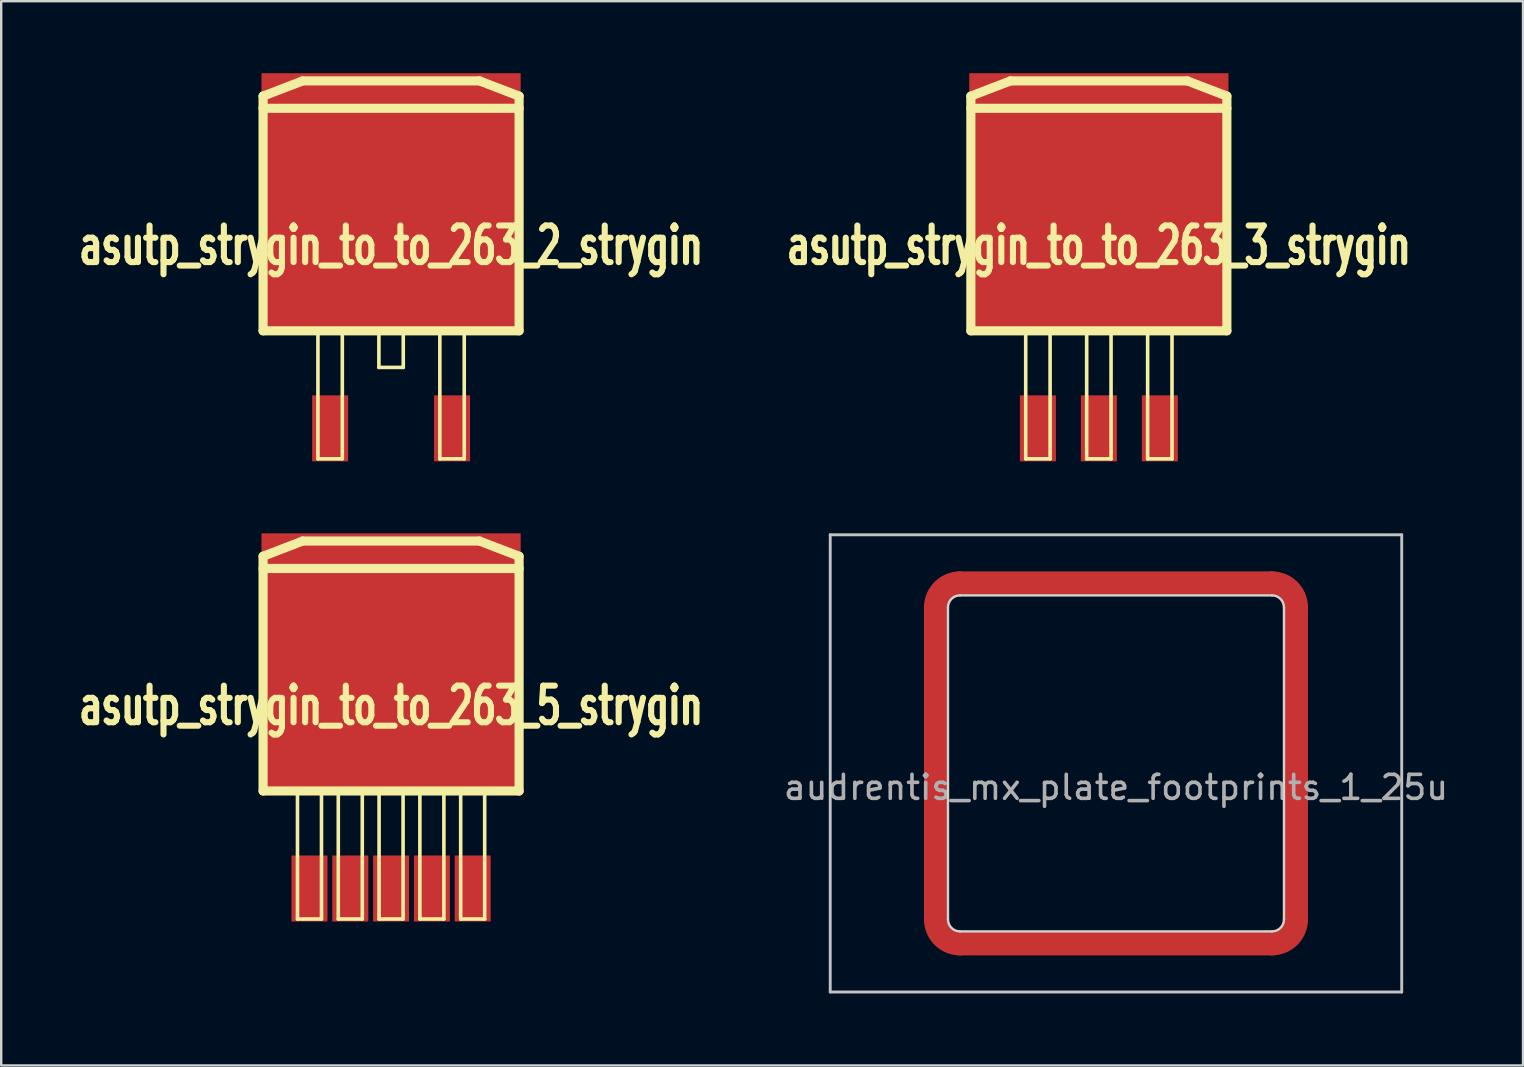
<source format=kicad_pcb>
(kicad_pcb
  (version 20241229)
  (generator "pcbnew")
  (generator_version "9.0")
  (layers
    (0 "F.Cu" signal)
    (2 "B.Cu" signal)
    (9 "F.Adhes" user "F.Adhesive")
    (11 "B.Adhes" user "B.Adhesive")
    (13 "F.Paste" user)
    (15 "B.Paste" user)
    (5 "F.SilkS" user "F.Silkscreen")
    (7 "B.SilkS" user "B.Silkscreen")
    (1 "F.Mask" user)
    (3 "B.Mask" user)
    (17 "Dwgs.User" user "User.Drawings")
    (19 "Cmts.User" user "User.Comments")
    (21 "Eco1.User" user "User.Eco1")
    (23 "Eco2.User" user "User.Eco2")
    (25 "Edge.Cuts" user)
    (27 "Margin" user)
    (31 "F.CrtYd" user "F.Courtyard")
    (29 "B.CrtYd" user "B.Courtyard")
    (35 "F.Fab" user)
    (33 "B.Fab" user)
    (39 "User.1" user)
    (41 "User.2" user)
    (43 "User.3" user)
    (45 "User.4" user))
  (footprint "audrentis_mx_plate_footprints_1_25u"
    (layer "F.Cu")
    (at 43.449 28.758)
    (property "Reference" "audrentis_mx_plate_footprints_1_25u" (at 0 1 0) (layer "F.Fab") (effects (font (size 1 1) (thickness 0.15))))
    (attr through_hole)
    (fp_line (start -7.5 -6.5) (end -7.5 6.5) (stroke (width 1) (type solid)) (layer "F.Cu"))
    (fp_line (start -6.5 7.5) (end 6.5 7.5) (stroke (width 1) (type solid)) (layer "F.Cu"))
    (fp_line (start 6.5 -7.5) (end -6.5 -7.5) (stroke (width 1) (type solid)) (layer "F.Cu"))
    (fp_line (start 7.5 6.5) (end 7.5 -6.5) (stroke (width 1) (type solid)) (layer "F.Cu"))
    (fp_arc (start -7.5 -6.500001) (mid -7.207106 -7.207107) (end -6.499999 -7.5) (stroke (width 1) (type solid)) (layer "F.Cu"))
    (fp_arc (start -6.5 7.5) (mid -7.207107 7.207107) (end -7.5 6.5) (stroke (width 1) (type solid)) (layer "F.Cu"))
    (fp_arc (start 6.5 -7.5) (mid 7.207107 -7.207107) (end 7.5 -6.5) (stroke (width 1) (type solid)) (layer "F.Cu"))
    (fp_arc (start 7.499999 6.5) (mid 7.207106 7.207106) (end 6.5 7.499999) (stroke (width 1) (type solid)) (layer "F.Cu"))
    (fp_line (start -7.5 -6.5) (end -7.5 6.5) (stroke (width 1) (type solid)) (layer "F.Mask"))
    (fp_line (start -6.5 7.5) (end 6.5 7.5) (stroke (width 1) (type solid)) (layer "F.Mask"))
    (fp_line (start 6.5 -7.5) (end -6.5 -7.5) (stroke (width 1) (type solid)) (layer "F.Mask"))
    (fp_line (start 7.5 6.5) (end 7.5 -6.5) (stroke (width 1) (type solid)) (layer "F.Mask"))
    (fp_arc (start -7.5 -6.500001) (mid -7.207106 -7.207107) (end -6.499999 -7.5) (stroke (width 1) (type solid)) (layer "F.Mask"))
    (fp_arc (start -6.5 7.5) (mid -7.207107 7.207107) (end -7.5 6.5) (stroke (width 1) (type solid)) (layer "F.Mask"))
    (fp_arc (start 6.5 -7.5) (mid 7.207107 -7.207107) (end 7.5 -6.5) (stroke (width 1) (type solid)) (layer "F.Mask"))
    (fp_arc (start 7.499999 6.5) (mid 7.207106 7.207106) (end 6.5 7.499999) (stroke (width 1) (type solid)) (layer "F.Mask"))
    (fp_line (start -11.906 -9.525) (end -11.906 9.525) (stroke (width 0.12) (type solid)) (layer "Dwgs.User"))
    (fp_line (start -11.906 -9.525) (end 11.906 -9.525) (stroke (width 0.12) (type solid)) (layer "Dwgs.User"))
    (fp_line (start -11.906 9.525) (end 11.906 9.525) (stroke (width 0.12) (type solid)) (layer "Dwgs.User"))
    (fp_line (start 11.906 9.525) (end 11.906 -9.525) (stroke (width 0.12) (type solid)) (layer "Dwgs.User"))
    (fp_line (start -7 -6.5) (end -7 6.5) (stroke (width 0.1) (type solid)) (layer "Edge.Cuts"))
    (fp_line (start -6.5 7) (end 6.5 7) (stroke (width 0.1) (type solid)) (layer "Edge.Cuts"))
    (fp_line (start 6.5 -7) (end -6.5 -7) (stroke (width 0.1) (type solid)) (layer "Edge.Cuts"))
    (fp_line (start 7 6.5) (end 7 -6.5) (stroke (width 0.1) (type solid)) (layer "Edge.Cuts"))
    (fp_arc (start -7 -6.500001) (mid -6.853553 -6.853554) (end -6.499999 -7) (stroke (width 0.1) (type solid)) (layer "Edge.Cuts"))
    (fp_arc (start -6.5 7) (mid -6.853553 6.853553) (end -7 6.5) (stroke (width 0.1) (type solid)) (layer "Edge.Cuts"))
    (fp_arc (start 6.5 -7) (mid 6.853553 -6.853553) (end 7 -6.5) (stroke (width 0.1) (type solid)) (layer "Edge.Cuts"))
    (fp_arc (start 6.999999 6.5) (mid 6.853553 6.853553) (end 6.5 6.999999) (stroke (width 0.1) (type solid)) (layer "Edge.Cuts")))
  (footprint "asutp_strygin_to_to_263_2_strygin"
    (layer "F.Cu")
    (at 13.245 14.798)
    (property "Reference" "asutp_strygin_to_to_263_2_strygin" (at 0 -7.62 0) (layer "F.SilkS") (effects (font (size 1.524 1.016) (thickness 0.254))))
    (attr smd)
    (fp_line (start -5.334 -13.843) (end -3.683 -14.478) (stroke (width 0.381) (type solid)) (layer "F.SilkS"))
    (fp_line (start -5.334 -4.064) (end -5.334 -13.843) (stroke (width 0.381) (type solid)) (layer "F.SilkS"))
    (fp_line (start -5.334 -4.064) (end 5.334 -4.064) (stroke (width 0.381) (type solid)) (layer "F.SilkS"))
    (fp_line (start -3.683 -14.478) (end 3.683 -14.478) (stroke (width 0.381) (type solid)) (layer "F.SilkS"))
    (fp_line (start -3.048 -4.064) (end -3.048 1.27) (stroke (width 0.15) (type solid)) (layer "F.SilkS"))
    (fp_line (start -3.048 1.27) (end -2.032 1.27) (stroke (width 0.15) (type solid)) (layer "F.SilkS"))
    (fp_line (start -2.032 1.27) (end -2.032 -4.064) (stroke (width 0.15) (type solid)) (layer "F.SilkS"))
    (fp_line (start -0.508 -4.064) (end -0.508 -2.54) (stroke (width 0.15) (type solid)) (layer "F.SilkS"))
    (fp_line (start -0.508 -2.54) (end 0.508 -2.54) (stroke (width 0.15) (type solid)) (layer "F.SilkS"))
    (fp_line (start 0.508 -2.54) (end 0.508 -4.064) (stroke (width 0.15) (type solid)) (layer "F.SilkS"))
    (fp_line (start 2.032 -4.064) (end 2.032 1.27) (stroke (width 0.15) (type solid)) (layer "F.SilkS"))
    (fp_line (start 2.032 1.27) (end 3.048 1.27) (stroke (width 0.15) (type solid)) (layer "F.SilkS"))
    (fp_line (start 3.048 1.27) (end 3.048 -4.064) (stroke (width 0.15) (type solid)) (layer "F.SilkS"))
    (fp_line (start 3.683 -14.478) (end 5.334 -13.843) (stroke (width 0.381) (type solid)) (layer "F.SilkS"))
    (fp_line (start 5.334 -13.843) (end 5.334 -4.064) (stroke (width 0.381) (type solid)) (layer "F.SilkS"))
    (fp_line (start 5.334 -13.335) (end -5.334 -13.335) (stroke (width 0.381) (type solid)) (layer "F.SilkS"))
    (pad "1" smd rect (at -2.54 0) (size 1.5 2.75) (layers "F.Cu" "F.Mask" "F.Paste"))
    (pad "2" smd rect (at 0 -9.398) (size 10.8 10.8) (layers "F.Cu" "F.Mask" "F.Paste"))
    (pad "3" smd rect (at 2.54 0) (size 1.5 2.75) (layers "F.Cu" "F.Mask" "F.Paste")))
  (footprint "asutp_strygin_to_to_263_5_strygin"
    (layer "F.Cu")
    (at 13.245 33.971)
    (property "Reference" "asutp_strygin_to_to_263_5_strygin" (at 0 -7.62 0) (layer "F.SilkS") (effects (font (size 1.524 1.016) (thickness 0.254))))
    (attr smd)
    (fp_line (start -5.334 -13.843) (end -3.683 -14.478) (stroke (width 0.381) (type solid)) (layer "F.SilkS"))
    (fp_line (start -5.334 -4.064) (end -5.334 -13.843) (stroke (width 0.381) (type solid)) (layer "F.SilkS"))
    (fp_line (start -5.334 -4.064) (end 5.334 -4.064) (stroke (width 0.381) (type solid)) (layer "F.SilkS"))
    (fp_line (start -3.9 -4.064) (end -3.9 1.27) (stroke (width 0.15) (type solid)) (layer "F.SilkS"))
    (fp_line (start -3.9 1.27) (end -2.9 1.27) (stroke (width 0.15) (type solid)) (layer "F.SilkS"))
    (fp_line (start -3.683 -14.478) (end 3.683 -14.478) (stroke (width 0.381) (type solid)) (layer "F.SilkS"))
    (fp_line (start -2.9 1.27) (end -2.9 -4.064) (stroke (width 0.15) (type solid)) (layer "F.SilkS"))
    (fp_line (start -2.2 -4.064) (end -2.2 1.27) (stroke (width 0.15) (type solid)) (layer "F.SilkS"))
    (fp_line (start -2.2 1.27) (end -1.2 1.27) (stroke (width 0.15) (type solid)) (layer "F.SilkS"))
    (fp_line (start -1.2 1.27) (end -1.2 -4.064) (stroke (width 0.15) (type solid)) (layer "F.SilkS"))
    (fp_line (start -0.5 -4.064) (end -0.5 1.27) (stroke (width 0.15) (type solid)) (layer "F.SilkS"))
    (fp_line (start -0.5 1.27) (end 0.5 1.27) (stroke (width 0.15) (type solid)) (layer "F.SilkS"))
    (fp_line (start 0.5 1.27) (end 0.5 -4.064) (stroke (width 0.15) (type solid)) (layer "F.SilkS"))
    (fp_line (start 1.2 -4.064) (end 1.2 1.27) (stroke (width 0.15) (type solid)) (layer "F.SilkS"))
    (fp_line (start 1.2 1.27) (end 2.2 1.27) (stroke (width 0.15) (type solid)) (layer "F.SilkS"))
    (fp_line (start 2.2 1.27) (end 2.2 -4.064) (stroke (width 0.15) (type solid)) (layer "F.SilkS"))
    (fp_line (start 2.9 -4.064) (end 2.9 1.27) (stroke (width 0.15) (type solid)) (layer "F.SilkS"))
    (fp_line (start 2.9 1.27) (end 3.9 1.27) (stroke (width 0.15) (type solid)) (layer "F.SilkS"))
    (fp_line (start 3.683 -14.478) (end 5.334 -13.843) (stroke (width 0.381) (type solid)) (layer "F.SilkS"))
    (fp_line (start 3.9 1.27) (end 3.9 -4.064) (stroke (width 0.15) (type solid)) (layer "F.SilkS"))
    (fp_line (start 5.334 -13.843) (end 5.334 -4.064) (stroke (width 0.381) (type solid)) (layer "F.SilkS"))
    (fp_line (start 5.334 -13.335) (end -5.334 -13.335) (stroke (width 0.381) (type solid)) (layer "F.SilkS"))
    (pad "1" smd rect (at -3.4 0) (size 1.5 2.75) (layers "F.Cu" "F.Mask" "F.Paste"))
    (pad "2" smd rect (at -1.7 0) (size 1.5 2.75) (layers "F.Cu" "F.Mask" "F.Paste"))
    (pad "3" smd rect (at 0 -9.398) (size 10.8 10.8) (layers "F.Cu" "F.Mask" "F.Paste"))
    (pad "3" smd rect (at 0 0) (size 1.5 2.75) (layers "F.Cu" "F.Mask" "F.Paste"))
    (pad "4" smd rect (at 1.7 0) (size 1.5 2.75) (layers "F.Cu" "F.Mask" "F.Paste"))
    (pad "5" smd rect (at 3.4 0) (size 1.5 2.75) (layers "F.Cu" "F.Mask" "F.Paste")))
  (footprint "asutp_strygin_to_to_263_3_strygin"
    (layer "F.Cu")
    (at 42.736 14.798)
    (property "Reference" "asutp_strygin_to_to_263_3_strygin" (at 0 -7.62 0) (layer "F.SilkS") (effects (font (size 1.524 1.016) (thickness 0.254))))
    (attr smd)
    (fp_line (start -5.334 -13.843) (end -3.683 -14.478) (stroke (width 0.381) (type solid)) (layer "F.SilkS"))
    (fp_line (start -5.334 -4.064) (end -5.334 -13.843) (stroke (width 0.381) (type solid)) (layer "F.SilkS"))
    (fp_line (start -5.334 -4.064) (end 5.334 -4.064) (stroke (width 0.381) (type solid)) (layer "F.SilkS"))
    (fp_line (start -3.683 -14.478) (end 3.683 -14.478) (stroke (width 0.381) (type solid)) (layer "F.SilkS"))
    (fp_line (start -3.048 -4.064) (end -3.048 1.27) (stroke (width 0.15) (type solid)) (layer "F.SilkS"))
    (fp_line (start -3.048 1.27) (end -2.032 1.27) (stroke (width 0.15) (type solid)) (layer "F.SilkS"))
    (fp_line (start -2.032 1.27) (end -2.032 -4.064) (stroke (width 0.15) (type solid)) (layer "F.SilkS"))
    (fp_line (start -0.508 -4.064) (end -0.508 1.27) (stroke (width 0.15) (type solid)) (layer "F.SilkS"))
    (fp_line (start -0.508 1.27) (end 0.508 1.27) (stroke (width 0.15) (type solid)) (layer "F.SilkS"))
    (fp_line (start 0.508 1.27) (end 0.508 -4.064) (stroke (width 0.15) (type solid)) (layer "F.SilkS"))
    (fp_line (start 2.032 -4.064) (end 2.032 1.27) (stroke (width 0.15) (type solid)) (layer "F.SilkS"))
    (fp_line (start 2.032 1.27) (end 3.048 1.27) (stroke (width 0.15) (type solid)) (layer "F.SilkS"))
    (fp_line (start 3.048 1.27) (end 3.048 -4.064) (stroke (width 0.15) (type solid)) (layer "F.SilkS"))
    (fp_line (start 3.683 -14.478) (end 5.334 -13.843) (stroke (width 0.381) (type solid)) (layer "F.SilkS"))
    (fp_line (start 5.334 -13.843) (end 5.334 -4.064) (stroke (width 0.381) (type solid)) (layer "F.SilkS"))
    (fp_line (start 5.334 -13.335) (end -5.334 -13.335) (stroke (width 0.381) (type solid)) (layer "F.SilkS"))
    (pad "1" smd rect (at -2.54 0) (size 1.5 2.75) (layers "F.Cu" "F.Mask" "F.Paste"))
    (pad "2" smd rect (at 0 -9.398) (size 10.8 10.8) (layers "F.Cu" "F.Mask" "F.Paste"))
    (pad "2" smd rect (at 0 0) (size 1.5 2.75) (layers "F.Cu" "F.Mask" "F.Paste"))
    (pad "3" smd rect (at 2.54 0) (size 1.5 2.75) (layers "F.Cu" "F.Mask" "F.Paste")))
  (gr_rect
    (start -3 -3)
    (end 60.408 41.343)
    (stroke (width 0.1) (type default))
    (fill no)
    (layer "Edge.Cuts")))
</source>
